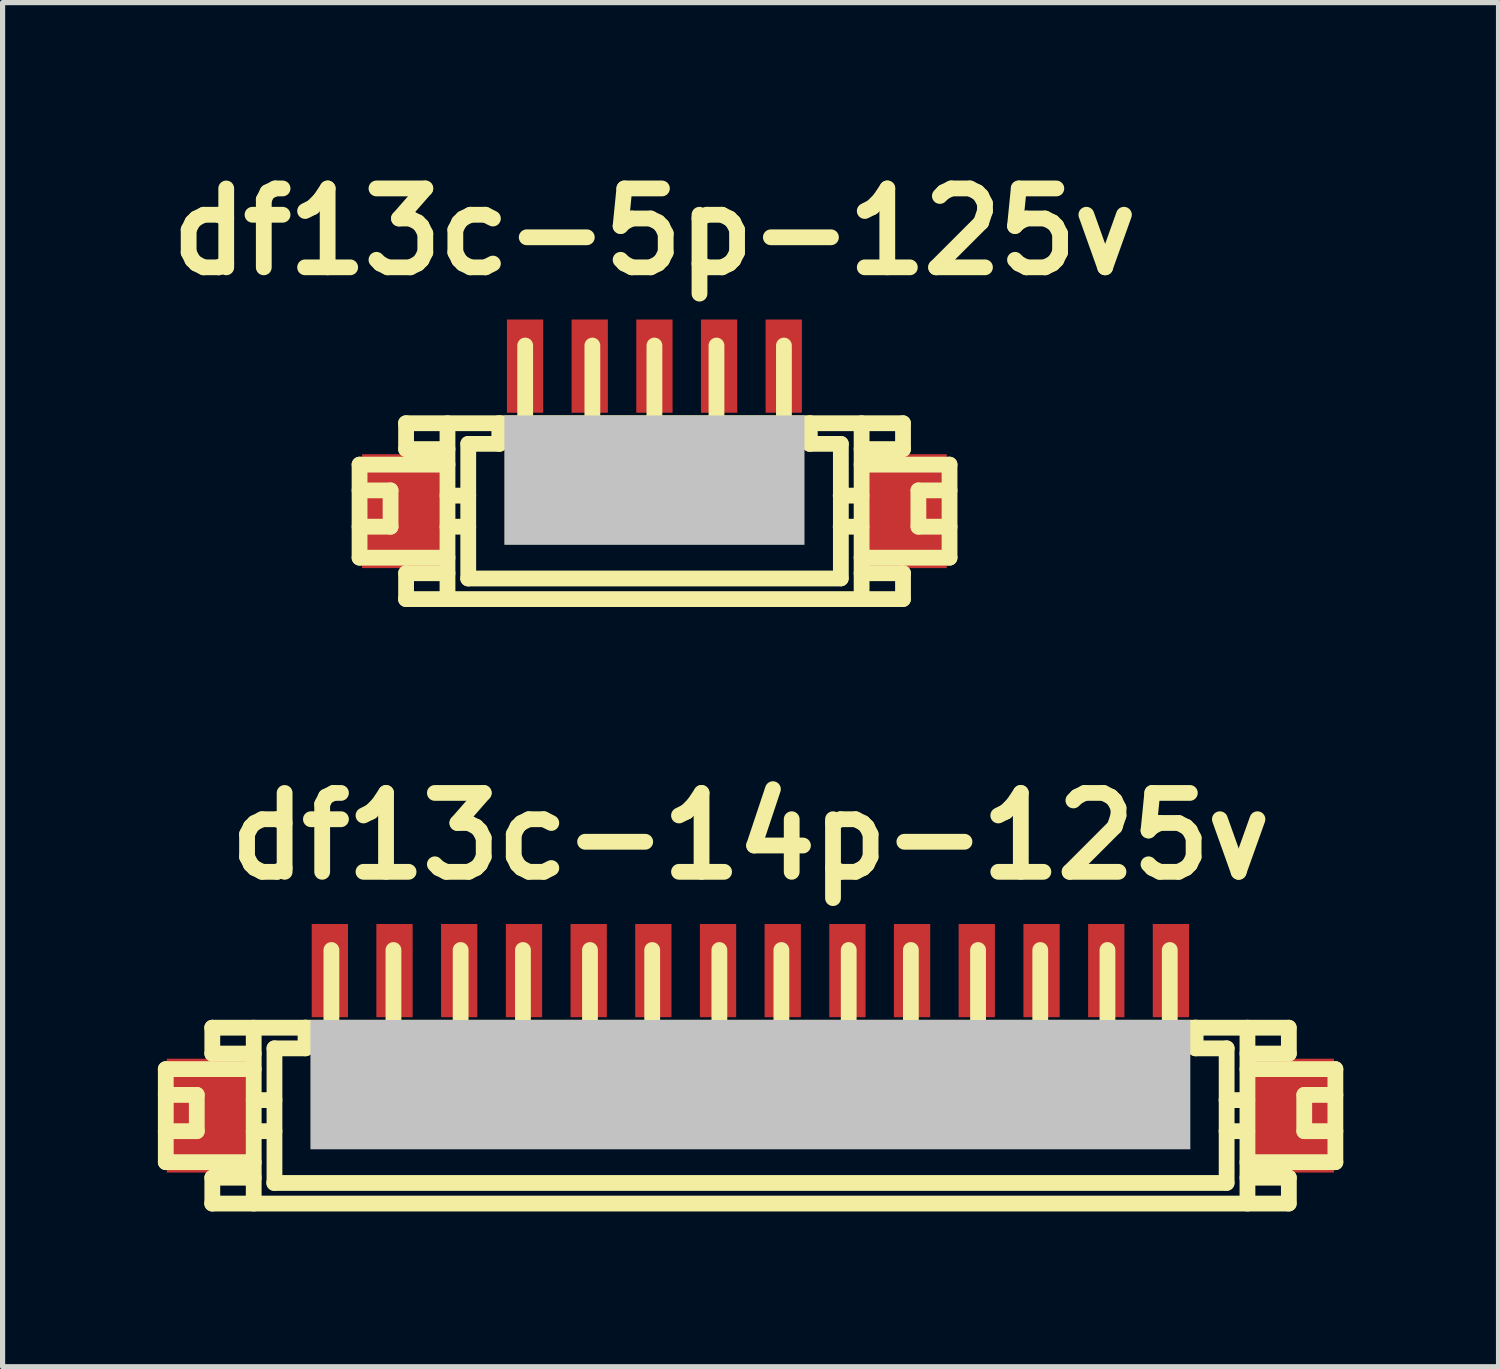
<source format=kicad_pcb>
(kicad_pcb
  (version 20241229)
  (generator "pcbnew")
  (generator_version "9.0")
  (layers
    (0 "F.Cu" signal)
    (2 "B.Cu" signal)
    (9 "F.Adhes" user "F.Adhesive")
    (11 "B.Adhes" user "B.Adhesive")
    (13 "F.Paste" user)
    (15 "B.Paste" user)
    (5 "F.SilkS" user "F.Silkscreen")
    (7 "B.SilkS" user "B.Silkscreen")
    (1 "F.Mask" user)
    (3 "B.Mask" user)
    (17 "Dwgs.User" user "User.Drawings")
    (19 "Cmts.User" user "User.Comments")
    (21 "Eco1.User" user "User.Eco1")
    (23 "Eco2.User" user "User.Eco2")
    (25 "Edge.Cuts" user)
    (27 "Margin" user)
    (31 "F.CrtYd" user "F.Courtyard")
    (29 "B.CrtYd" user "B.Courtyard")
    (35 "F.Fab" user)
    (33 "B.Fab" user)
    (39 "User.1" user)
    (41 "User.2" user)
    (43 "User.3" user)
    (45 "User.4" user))
  (footprint "df13c-14p-125v"
    (layer "F.Cu")
    (at 11.448 17.705)
    (property "Reference" "df13c-14p-125v" (at 0 -4.6 0) (layer "F.SilkS") (effects (font (size 1.524 1.524) (thickness 0.305))))
    (attr through_hole)
    (fp_line (start -11.295 -0.099) (end -9.596 -0.099) (stroke (width 0.305) (type solid)) (layer "F.SilkS"))
    (fp_line (start -11.295 0.399) (end -10.696 0.399) (stroke (width 0.305) (type solid)) (layer "F.SilkS"))
    (fp_line (start -11.295 1.699) (end -11.295 -0.099) (stroke (width 0.305) (type solid)) (layer "F.SilkS"))
    (fp_line (start -11.295 1.699) (end -9.596 1.699) (stroke (width 0.305) (type solid)) (layer "F.SilkS"))
    (fp_line (start -10.696 0.399) (end -10.696 1.1) (stroke (width 0.305) (type solid)) (layer "F.SilkS"))
    (fp_line (start -10.696 1.1) (end -11.295 1.1) (stroke (width 0.305) (type solid)) (layer "F.SilkS"))
    (fp_line (start -10.399 2.499) (end 10.399 2.499) (stroke (width 0.305) (type solid)) (layer "F.SilkS"))
    (fp_line (start -10.396 -0.399) (end -10.396 -0.899) (stroke (width 0.305) (type solid)) (layer "F.SilkS"))
    (fp_line (start -10.396 2.499) (end -10.396 1.999) (stroke (width 0.305) (type solid)) (layer "F.SilkS"))
    (fp_line (start -9.596 -0.899) (end -9.596 2.499) (stroke (width 0.305) (type solid)) (layer "F.SilkS"))
    (fp_line (start -9.596 -0.399) (end -10.396 -0.399) (stroke (width 0.305) (type solid)) (layer "F.SilkS"))
    (fp_line (start -9.596 0.5) (end -9.195 0.5) (stroke (width 0.305) (type solid)) (layer "F.SilkS"))
    (fp_line (start -9.596 1.1) (end -9.195 1.1) (stroke (width 0.305) (type solid)) (layer "F.SilkS"))
    (fp_line (start -9.596 1.999) (end -10.396 1.999) (stroke (width 0.305) (type solid)) (layer "F.SilkS"))
    (fp_line (start -9.195 -0.5) (end -8.595 -0.5) (stroke (width 0.305) (type solid)) (layer "F.SilkS"))
    (fp_line (start -9.195 2.101) (end -9.195 -0.5) (stroke (width 0.305) (type solid)) (layer "F.SilkS"))
    (fp_line (start -8.595 -0.902) (end -8.595 -0.5) (stroke (width 0.305) (type solid)) (layer "F.SilkS"))
    (fp_line (start -8.197 0.998) (end -8.197 1.199) (stroke (width 0.305) (type solid)) (layer "F.SilkS"))
    (fp_line (start -8.197 1.199) (end -7.996 1.199) (stroke (width 0.305) (type solid)) (layer "F.SilkS"))
    (fp_line (start -8.095 -0.902) (end -8.095 -2.4) (stroke (width 0.305) (type solid)) (layer "F.SilkS"))
    (fp_line (start -7.996 0.998) (end -8.197 0.998) (stroke (width 0.305) (type solid)) (layer "F.SilkS"))
    (fp_line (start -7.996 1.199) (end -7.996 0.998) (stroke (width 0.305) (type solid)) (layer "F.SilkS"))
    (fp_line (start -7 1.001) (end -6.802 1.001) (stroke (width 0.305) (type solid)) (layer "F.SilkS"))
    (fp_line (start -7 1.199) (end -7 1.001) (stroke (width 0.305) (type solid)) (layer "F.SilkS"))
    (fp_line (start -6.896 -0.899) (end -6.896 -2.4) (stroke (width 0.305) (type solid)) (layer "F.SilkS"))
    (fp_line (start -6.802 1.001) (end -6.802 1.199) (stroke (width 0.305) (type solid)) (layer "F.SilkS"))
    (fp_line (start -6.802 1.199) (end -7 1.199) (stroke (width 0.305) (type solid)) (layer "F.SilkS"))
    (fp_line (start -5.697 1.001) (end -5.499 1.001) (stroke (width 0.305) (type solid)) (layer "F.SilkS"))
    (fp_line (start -5.697 1.199) (end -5.697 1.001) (stroke (width 0.305) (type solid)) (layer "F.SilkS"))
    (fp_line (start -5.598 -2.4) (end -5.598 -0.899) (stroke (width 0.305) (type solid)) (layer "F.SilkS"))
    (fp_line (start -5.499 1.001) (end -5.499 1.199) (stroke (width 0.305) (type solid)) (layer "F.SilkS"))
    (fp_line (start -5.499 1.199) (end -5.697 1.199) (stroke (width 0.305) (type solid)) (layer "F.SilkS"))
    (fp_line (start -4.498 1.001) (end -4.3 1.001) (stroke (width 0.305) (type solid)) (layer "F.SilkS"))
    (fp_line (start -4.498 1.199) (end -4.498 1.001) (stroke (width 0.305) (type solid)) (layer "F.SilkS"))
    (fp_line (start -4.394 -0.899) (end -4.394 -2.4) (stroke (width 0.305) (type solid)) (layer "F.SilkS"))
    (fp_line (start -4.3 1.001) (end -4.3 1.199) (stroke (width 0.305) (type solid)) (layer "F.SilkS"))
    (fp_line (start -4.3 1.199) (end -4.498 1.199) (stroke (width 0.305) (type solid)) (layer "F.SilkS"))
    (fp_line (start -3.198 1.001) (end -3 1.001) (stroke (width 0.305) (type solid)) (layer "F.SilkS"))
    (fp_line (start -3.198 1.199) (end -3.198 1.001) (stroke (width 0.305) (type solid)) (layer "F.SilkS"))
    (fp_line (start -3.099 -0.899) (end -3.099 -2.4) (stroke (width 0.305) (type solid)) (layer "F.SilkS"))
    (fp_line (start -3 1.001) (end -3 1.199) (stroke (width 0.305) (type solid)) (layer "F.SilkS"))
    (fp_line (start -3 1.199) (end -3.198 1.199) (stroke (width 0.305) (type solid)) (layer "F.SilkS"))
    (fp_line (start -1.999 1.001) (end -1.801 1.001) (stroke (width 0.305) (type solid)) (layer "F.SilkS"))
    (fp_line (start -1.999 1.199) (end -1.999 1.001) (stroke (width 0.305) (type solid)) (layer "F.SilkS"))
    (fp_line (start -1.897 -2.4) (end -1.897 -0.899) (stroke (width 0.305) (type solid)) (layer "F.SilkS"))
    (fp_line (start -1.801 1.001) (end -1.801 1.199) (stroke (width 0.305) (type solid)) (layer "F.SilkS"))
    (fp_line (start -1.801 1.199) (end -1.999 1.199) (stroke (width 0.305) (type solid)) (layer "F.SilkS"))
    (fp_line (start -0.701 1.001) (end -0.5 1.001) (stroke (width 0.305) (type solid)) (layer "F.SilkS"))
    (fp_line (start -0.701 1.199) (end -0.701 1.001) (stroke (width 0.305) (type solid)) (layer "F.SilkS"))
    (fp_line (start -0.599 -0.899) (end -0.599 -2.4) (stroke (width 0.305) (type solid)) (layer "F.SilkS"))
    (fp_line (start -0.5 1.001) (end -0.5 1.199) (stroke (width 0.305) (type solid)) (layer "F.SilkS"))
    (fp_line (start -0.5 1.199) (end -0.701 1.199) (stroke (width 0.305) (type solid)) (layer "F.SilkS"))
    (fp_line (start 0.5 1.001) (end 0.701 1.001) (stroke (width 0.305) (type solid)) (layer "F.SilkS"))
    (fp_line (start 0.5 1.199) (end 0.5 1.001) (stroke (width 0.305) (type solid)) (layer "F.SilkS"))
    (fp_line (start 0.599 -2.4) (end 0.599 -0.899) (stroke (width 0.305) (type solid)) (layer "F.SilkS"))
    (fp_line (start 0.701 1.001) (end 0.701 1.199) (stroke (width 0.305) (type solid)) (layer "F.SilkS"))
    (fp_line (start 0.701 1.199) (end 0.5 1.199) (stroke (width 0.305) (type solid)) (layer "F.SilkS"))
    (fp_line (start 1.801 1.001) (end 2.002 1.001) (stroke (width 0.305) (type solid)) (layer "F.SilkS"))
    (fp_line (start 1.801 1.199) (end 1.801 1.001) (stroke (width 0.305) (type solid)) (layer "F.SilkS"))
    (fp_line (start 1.9 -0.899) (end 1.9 -2.4) (stroke (width 0.305) (type solid)) (layer "F.SilkS"))
    (fp_line (start 2.002 1.001) (end 2.002 1.199) (stroke (width 0.305) (type solid)) (layer "F.SilkS"))
    (fp_line (start 2.002 1.199) (end 1.801 1.199) (stroke (width 0.305) (type solid)) (layer "F.SilkS"))
    (fp_line (start 3.005 1.001) (end 3.203 1.001) (stroke (width 0.305) (type solid)) (layer "F.SilkS"))
    (fp_line (start 3.005 1.199) (end 3.005 1.001) (stroke (width 0.305) (type solid)) (layer "F.SilkS"))
    (fp_line (start 3.101 -2.4) (end 3.101 -0.899) (stroke (width 0.305) (type solid)) (layer "F.SilkS"))
    (fp_line (start 3.203 1.001) (end 3.203 1.199) (stroke (width 0.305) (type solid)) (layer "F.SilkS"))
    (fp_line (start 3.203 1.199) (end 3.005 1.199) (stroke (width 0.305) (type solid)) (layer "F.SilkS"))
    (fp_line (start 4.303 1.001) (end 4.503 1.001) (stroke (width 0.305) (type solid)) (layer "F.SilkS"))
    (fp_line (start 4.303 1.199) (end 4.303 1.001) (stroke (width 0.305) (type solid)) (layer "F.SilkS"))
    (fp_line (start 4.399 -2.4) (end 4.399 -0.899) (stroke (width 0.305) (type solid)) (layer "F.SilkS"))
    (fp_line (start 4.503 1.001) (end 4.503 1.199) (stroke (width 0.305) (type solid)) (layer "F.SilkS"))
    (fp_line (start 4.503 1.199) (end 4.303 1.199) (stroke (width 0.305) (type solid)) (layer "F.SilkS"))
    (fp_line (start 5.499 1.001) (end 5.697 1.001) (stroke (width 0.305) (type solid)) (layer "F.SilkS"))
    (fp_line (start 5.499 1.199) (end 5.499 1.001) (stroke (width 0.305) (type solid)) (layer "F.SilkS"))
    (fp_line (start 5.601 -0.899) (end 5.601 -2.4) (stroke (width 0.305) (type solid)) (layer "F.SilkS"))
    (fp_line (start 5.697 1.001) (end 5.697 1.199) (stroke (width 0.305) (type solid)) (layer "F.SilkS"))
    (fp_line (start 5.697 1.199) (end 5.499 1.199) (stroke (width 0.305) (type solid)) (layer "F.SilkS"))
    (fp_line (start 6.8 0.998) (end 7 0.998) (stroke (width 0.305) (type solid)) (layer "F.SilkS"))
    (fp_line (start 6.8 1.199) (end 6.8 0.998) (stroke (width 0.305) (type solid)) (layer "F.SilkS"))
    (fp_line (start 6.899 -0.899) (end 6.899 -2.4) (stroke (width 0.305) (type solid)) (layer "F.SilkS"))
    (fp_line (start 7 0.998) (end 7 1.199) (stroke (width 0.305) (type solid)) (layer "F.SilkS"))
    (fp_line (start 7 1.199) (end 6.8 1.199) (stroke (width 0.305) (type solid)) (layer "F.SilkS"))
    (fp_line (start 8.004 1.001) (end 8.204 1.001) (stroke (width 0.305) (type solid)) (layer "F.SilkS"))
    (fp_line (start 8.004 1.199) (end 8.004 1.001) (stroke (width 0.305) (type solid)) (layer "F.SilkS"))
    (fp_line (start 8.103 -0.902) (end 8.103 -2.4) (stroke (width 0.305) (type solid)) (layer "F.SilkS"))
    (fp_line (start 8.204 1.001) (end 8.204 1.199) (stroke (width 0.305) (type solid)) (layer "F.SilkS"))
    (fp_line (start 8.204 1.199) (end 8.004 1.199) (stroke (width 0.305) (type solid)) (layer "F.SilkS"))
    (fp_line (start 8.603 -0.5) (end 8.603 -0.902) (stroke (width 0.305) (type solid)) (layer "F.SilkS"))
    (fp_line (start 9.2 1.1) (end 9.601 1.1) (stroke (width 0.305) (type solid)) (layer "F.SilkS"))
    (fp_line (start 9.2 2.101) (end -9.2 2.101) (stroke (width 0.305) (type solid)) (layer "F.SilkS"))
    (fp_line (start 9.202 -0.5) (end 8.603 -0.5) (stroke (width 0.305) (type solid)) (layer "F.SilkS"))
    (fp_line (start 9.202 2.098) (end 9.202 -0.5) (stroke (width 0.305) (type solid)) (layer "F.SilkS"))
    (fp_line (start 9.601 0.5) (end 9.2 0.5) (stroke (width 0.305) (type solid)) (layer "F.SilkS"))
    (fp_line (start 9.604 -0.899) (end 9.604 2.499) (stroke (width 0.305) (type solid)) (layer "F.SilkS"))
    (fp_line (start 10.399 -0.899) (end -10.399 -0.899) (stroke (width 0.305) (type solid)) (layer "F.SilkS"))
    (fp_line (start 10.404 -0.399) (end 9.604 -0.399) (stroke (width 0.305) (type solid)) (layer "F.SilkS"))
    (fp_line (start 10.404 -0.399) (end 10.404 -0.899) (stroke (width 0.305) (type solid)) (layer "F.SilkS"))
    (fp_line (start 10.404 1.999) (end 9.604 1.999) (stroke (width 0.305) (type solid)) (layer "F.SilkS"))
    (fp_line (start 10.404 2.499) (end 10.404 1.999) (stroke (width 0.305) (type solid)) (layer "F.SilkS"))
    (fp_line (start 10.701 0.399) (end 10.701 1.1) (stroke (width 0.305) (type solid)) (layer "F.SilkS"))
    (fp_line (start 10.704 0.399) (end 11.303 0.399) (stroke (width 0.305) (type solid)) (layer "F.SilkS"))
    (fp_line (start 10.704 1.1) (end 11.303 1.1) (stroke (width 0.305) (type solid)) (layer "F.SilkS"))
    (fp_line (start 11.303 -0.099) (end 9.604 -0.099) (stroke (width 0.305) (type solid)) (layer "F.SilkS"))
    (fp_line (start 11.303 -0.099) (end 11.303 1.699) (stroke (width 0.305) (type solid)) (layer "F.SilkS"))
    (fp_line (start 11.303 1.699) (end 9.604 1.699) (stroke (width 0.305) (type solid)) (layer "F.SilkS"))
    (pad "" smd rect (at -10.475 0.8) (size 1.6 2.2) (layers "F.Cu" "F.Mask" "F.Paste"))
    (pad "" smd rect (at 0 0.201) (size 17 2.499) (layers "Dwgs.User"))
    (pad "" smd rect (at 10.475 0.8) (size 1.6 2.2) (layers "F.Cu" "F.Mask" "F.Paste"))
    (pad "1" smd rect (at -8.125 -2.002) (size 0.701 1.801) (layers "F.Cu" "F.Mask" "F.Paste"))
    (pad "2" smd rect (at -6.876 -2.002) (size 0.701 1.801) (layers "F.Cu" "F.Mask" "F.Paste"))
    (pad "3" smd rect (at -5.626 -2.002) (size 0.701 1.801) (layers "F.Cu" "F.Mask" "F.Paste"))
    (pad "4" smd rect (at -4.374 -2.002) (size 0.701 1.801) (layers "F.Cu" "F.Mask" "F.Paste"))
    (pad "5" smd rect (at -3.124 -2.002) (size 0.701 1.801) (layers "F.Cu" "F.Mask" "F.Paste"))
    (pad "6" smd rect (at -1.875 -2.002) (size 0.701 1.801) (layers "F.Cu" "F.Mask" "F.Paste"))
    (pad "7" smd rect (at -0.625 -2.002) (size 0.701 1.801) (layers "F.Cu" "F.Mask" "F.Paste"))
    (pad "8" smd rect (at 0.625 -2.002) (size 0.701 1.801) (layers "F.Cu" "F.Mask" "F.Paste"))
    (pad "9" smd rect (at 1.875 -2.002) (size 0.701 1.801) (layers "F.Cu" "F.Mask" "F.Paste"))
    (pad "10" smd rect (at 3.124 -2.002) (size 0.701 1.801) (layers "F.Cu" "F.Mask" "F.Paste"))
    (pad "11" smd rect (at 4.374 -2.002) (size 0.701 1.801) (layers "F.Cu" "F.Mask" "F.Paste"))
    (pad "12" smd rect (at 5.626 -2.002) (size 0.701 1.801) (layers "F.Cu" "F.Mask" "F.Paste"))
    (pad "13" smd rect (at 6.876 -2.002) (size 0.701 1.801) (layers "F.Cu" "F.Mask" "F.Paste"))
    (pad "14" smd rect (at 8.125 -2.002) (size 0.701 1.801) (layers "F.Cu" "F.Mask" "F.Paste")))
  (footprint "df13c-5p-125v"
    (layer "F.Cu")
    (at 9.594 6.026)
    (property "Reference" "df13c-5p-125v" (at 0 -4.6 0) (layer "F.SilkS") (effects (font (size 1.524 1.524) (thickness 0.305))))
    (attr through_hole)
    (fp_line (start -5.697 -0.099) (end -3.998 -0.099) (stroke (width 0.305) (type solid)) (layer "F.SilkS"))
    (fp_line (start -5.697 0.399) (end -5.098 0.399) (stroke (width 0.305) (type solid)) (layer "F.SilkS"))
    (fp_line (start -5.697 1.699) (end -5.697 -0.099) (stroke (width 0.305) (type solid)) (layer "F.SilkS"))
    (fp_line (start -5.697 1.699) (end -3.998 1.699) (stroke (width 0.305) (type solid)) (layer "F.SilkS"))
    (fp_line (start -5.098 0.399) (end -5.098 1.1) (stroke (width 0.305) (type solid)) (layer "F.SilkS"))
    (fp_line (start -5.098 1.1) (end -5.697 1.1) (stroke (width 0.305) (type solid)) (layer "F.SilkS"))
    (fp_line (start -4.801 -0.899) (end 4.801 -0.899) (stroke (width 0.305) (type solid)) (layer "F.SilkS"))
    (fp_line (start -4.798 -0.399) (end -4.798 -0.899) (stroke (width 0.305) (type solid)) (layer "F.SilkS"))
    (fp_line (start -4.798 2.499) (end -4.798 1.999) (stroke (width 0.305) (type solid)) (layer "F.SilkS"))
    (fp_line (start -3.998 -0.899) (end -3.998 2.499) (stroke (width 0.305) (type solid)) (layer "F.SilkS"))
    (fp_line (start -3.998 -0.399) (end -4.798 -0.399) (stroke (width 0.305) (type solid)) (layer "F.SilkS"))
    (fp_line (start -3.998 0.5) (end -3.597 0.5) (stroke (width 0.305) (type solid)) (layer "F.SilkS"))
    (fp_line (start -3.998 1.1) (end -3.597 1.1) (stroke (width 0.305) (type solid)) (layer "F.SilkS"))
    (fp_line (start -3.998 1.999) (end -4.798 1.999) (stroke (width 0.305) (type solid)) (layer "F.SilkS"))
    (fp_line (start -3.597 -0.5) (end -2.997 -0.5) (stroke (width 0.305) (type solid)) (layer "F.SilkS"))
    (fp_line (start -3.597 2.101) (end -3.597 -0.5) (stroke (width 0.305) (type solid)) (layer "F.SilkS"))
    (fp_line (start -2.997 -0.902) (end -2.997 -0.5) (stroke (width 0.305) (type solid)) (layer "F.SilkS"))
    (fp_line (start -2.598 0.998) (end -2.598 1.199) (stroke (width 0.305) (type solid)) (layer "F.SilkS"))
    (fp_line (start -2.598 1.199) (end -2.398 1.199) (stroke (width 0.305) (type solid)) (layer "F.SilkS"))
    (fp_line (start -2.497 -0.902) (end -2.497 -2.4) (stroke (width 0.305) (type solid)) (layer "F.SilkS"))
    (fp_line (start -2.398 0.998) (end -2.598 0.998) (stroke (width 0.305) (type solid)) (layer "F.SilkS"))
    (fp_line (start -2.398 1.199) (end -2.398 0.998) (stroke (width 0.305) (type solid)) (layer "F.SilkS"))
    (fp_line (start -1.298 1.001) (end -1.1 1.001) (stroke (width 0.305) (type solid)) (layer "F.SilkS"))
    (fp_line (start -1.298 1.199) (end -1.298 1.001) (stroke (width 0.305) (type solid)) (layer "F.SilkS"))
    (fp_line (start -1.199 -0.899) (end -1.199 -2.4) (stroke (width 0.305) (type solid)) (layer "F.SilkS"))
    (fp_line (start -1.1 1.001) (end -1.1 1.199) (stroke (width 0.305) (type solid)) (layer "F.SilkS"))
    (fp_line (start -1.1 1.199) (end -1.298 1.199) (stroke (width 0.305) (type solid)) (layer "F.SilkS"))
    (fp_line (start -0.099 1.001) (end 0.099 1.001) (stroke (width 0.305) (type solid)) (layer "F.SilkS"))
    (fp_line (start -0.099 1.199) (end -0.099 1.001) (stroke (width 0.305) (type solid)) (layer "F.SilkS"))
    (fp_line (start 0 -2.4) (end 0 -0.899) (stroke (width 0.305) (type solid)) (layer "F.SilkS"))
    (fp_line (start 0.099 1.001) (end 0.099 1.199) (stroke (width 0.305) (type solid)) (layer "F.SilkS"))
    (fp_line (start 0.099 1.199) (end -0.099 1.199) (stroke (width 0.305) (type solid)) (layer "F.SilkS"))
    (fp_line (start 1.1 1.001) (end 1.298 1.001) (stroke (width 0.305) (type solid)) (layer "F.SilkS"))
    (fp_line (start 1.1 1.199) (end 1.1 1.001) (stroke (width 0.305) (type solid)) (layer "F.SilkS"))
    (fp_line (start 1.199 -0.899) (end 1.199 -2.4) (stroke (width 0.305) (type solid)) (layer "F.SilkS"))
    (fp_line (start 1.298 1.001) (end 1.298 1.199) (stroke (width 0.305) (type solid)) (layer "F.SilkS"))
    (fp_line (start 1.298 1.199) (end 1.1 1.199) (stroke (width 0.305) (type solid)) (layer "F.SilkS"))
    (fp_line (start 2.403 0.998) (end 2.603 0.998) (stroke (width 0.305) (type solid)) (layer "F.SilkS"))
    (fp_line (start 2.403 1.199) (end 2.403 0.998) (stroke (width 0.305) (type solid)) (layer "F.SilkS"))
    (fp_line (start 2.502 -0.902) (end 2.502 -2.4) (stroke (width 0.305) (type solid)) (layer "F.SilkS"))
    (fp_line (start 2.603 0.998) (end 2.603 1.199) (stroke (width 0.305) (type solid)) (layer "F.SilkS"))
    (fp_line (start 2.603 1.199) (end 2.403 1.199) (stroke (width 0.305) (type solid)) (layer "F.SilkS"))
    (fp_line (start 3.002 -0.5) (end 3.002 -0.902) (stroke (width 0.305) (type solid)) (layer "F.SilkS"))
    (fp_line (start 3.599 1.1) (end 4 1.1) (stroke (width 0.305) (type solid)) (layer "F.SilkS"))
    (fp_line (start 3.599 2.101) (end -3.599 2.101) (stroke (width 0.305) (type solid)) (layer "F.SilkS"))
    (fp_line (start 3.602 -0.5) (end 3.002 -0.5) (stroke (width 0.305) (type solid)) (layer "F.SilkS"))
    (fp_line (start 3.602 2.098) (end 3.602 -0.5) (stroke (width 0.305) (type solid)) (layer "F.SilkS"))
    (fp_line (start 4 0.5) (end 3.599 0.5) (stroke (width 0.305) (type solid)) (layer "F.SilkS"))
    (fp_line (start 4.003 -0.899) (end 4.003 2.499) (stroke (width 0.305) (type solid)) (layer "F.SilkS"))
    (fp_line (start 4.801 2.499) (end -4.801 2.499) (stroke (width 0.305) (type solid)) (layer "F.SilkS"))
    (fp_line (start 4.803 -0.399) (end 4.003 -0.399) (stroke (width 0.305) (type solid)) (layer "F.SilkS"))
    (fp_line (start 4.803 -0.399) (end 4.803 -0.899) (stroke (width 0.305) (type solid)) (layer "F.SilkS"))
    (fp_line (start 4.803 1.999) (end 4.003 1.999) (stroke (width 0.305) (type solid)) (layer "F.SilkS"))
    (fp_line (start 4.803 2.499) (end 4.803 1.999) (stroke (width 0.305) (type solid)) (layer "F.SilkS"))
    (fp_line (start 5.1 0.399) (end 5.1 1.1) (stroke (width 0.305) (type solid)) (layer "F.SilkS"))
    (fp_line (start 5.103 0.399) (end 5.702 0.399) (stroke (width 0.305) (type solid)) (layer "F.SilkS"))
    (fp_line (start 5.103 1.1) (end 5.702 1.1) (stroke (width 0.305) (type solid)) (layer "F.SilkS"))
    (fp_line (start 5.702 -0.099) (end 4.003 -0.099) (stroke (width 0.305) (type solid)) (layer "F.SilkS"))
    (fp_line (start 5.702 -0.099) (end 5.702 1.699) (stroke (width 0.305) (type solid)) (layer "F.SilkS"))
    (fp_line (start 5.702 1.699) (end 4.003 1.699) (stroke (width 0.305) (type solid)) (layer "F.SilkS"))
    (pad "" smd rect (at -4.849 0.8) (size 1.6 2.2) (layers "F.Cu" "F.Mask" "F.Paste"))
    (pad "" smd rect (at 0 0.201) (size 5.799 2.499) (layers "Dwgs.User"))
    (pad "" smd rect (at 4.849 0.8) (size 1.6 2.2) (layers "F.Cu" "F.Mask" "F.Paste"))
    (pad "1" smd rect (at -2.499 -2.002) (size 0.701 1.801) (layers "F.Cu" "F.Mask" "F.Paste"))
    (pad "2" smd rect (at -1.25 -2.002) (size 0.701 1.801) (layers "F.Cu" "F.Mask" "F.Paste"))
    (pad "3" smd rect (at 0 -2.002) (size 0.701 1.801) (layers "F.Cu" "F.Mask" "F.Paste"))
    (pad "4" smd rect (at 1.25 -2.002) (size 0.701 1.801) (layers "F.Cu" "F.Mask" "F.Paste"))
    (pad "5" smd rect (at 2.499 -2.002) (size 0.701 1.801) (layers "F.Cu" "F.Mask" "F.Paste")))
  (gr_rect
    (start -3 -3)
    (end 25.903 23.356)
    (stroke (width 0.1) (type default))
    (fill no)
    (layer "Edge.Cuts")))
</source>
